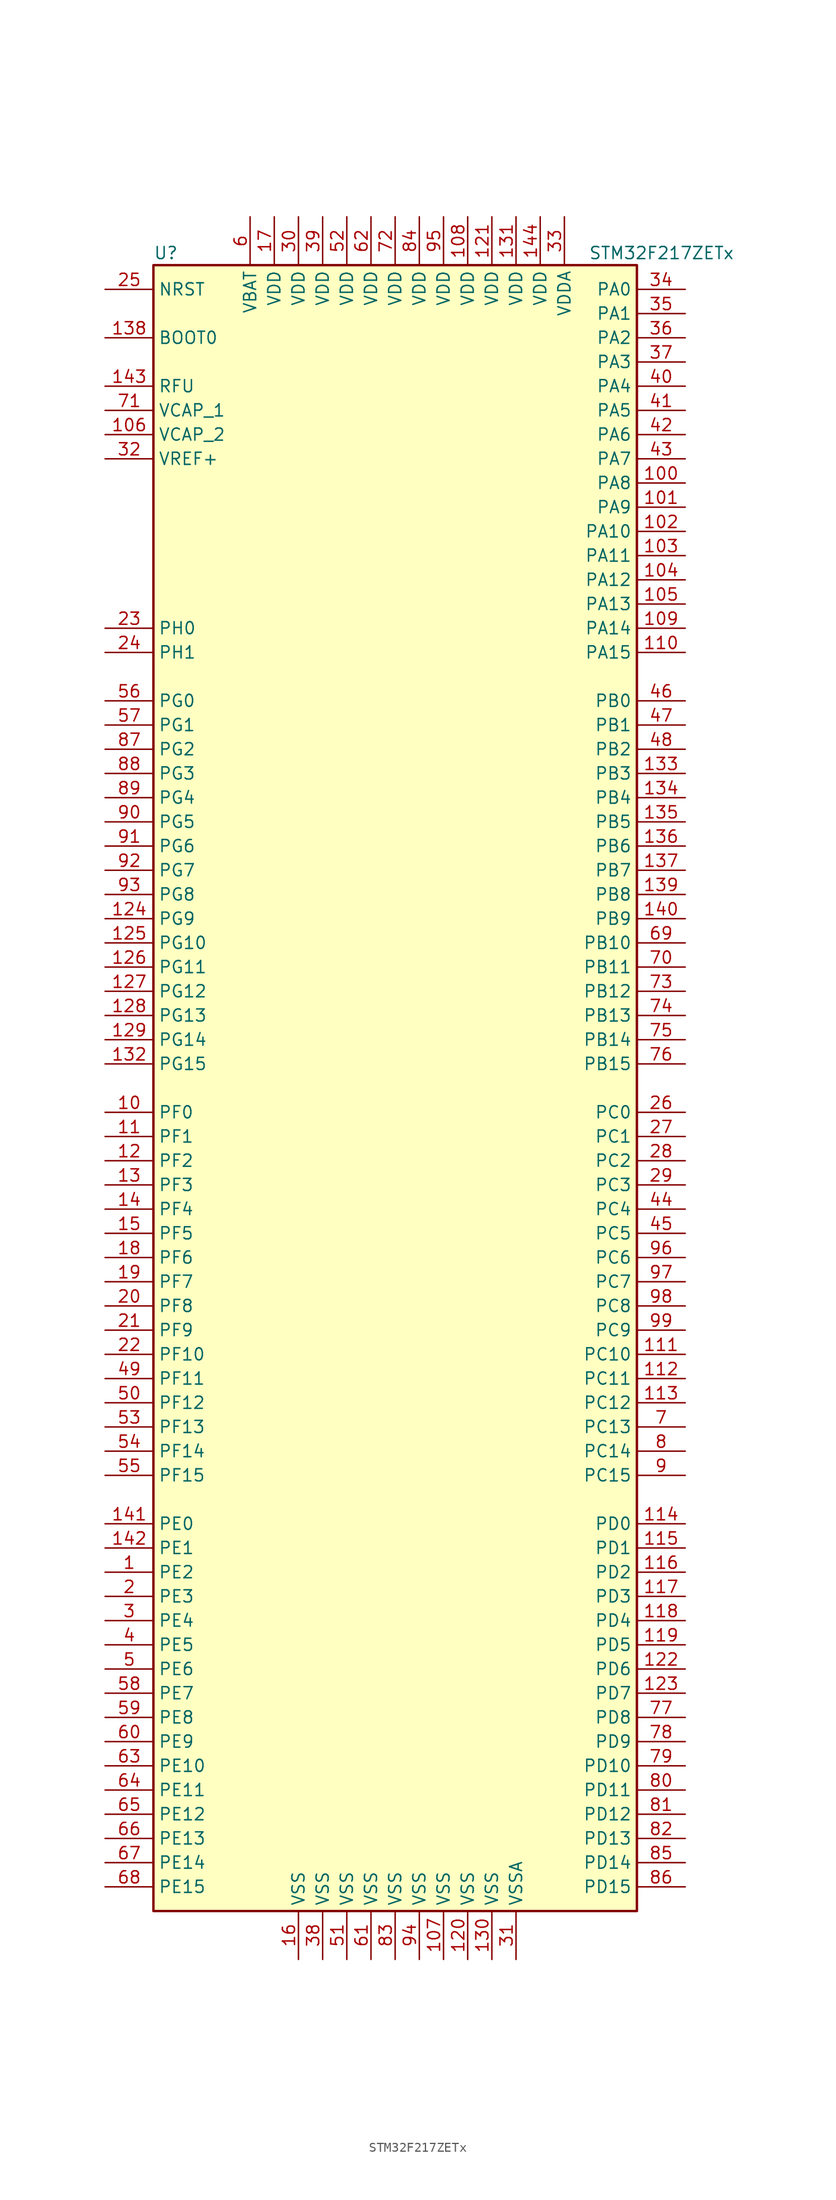
<source format=kicad_sym>
(kicad_symbol_lib
  (version 20201005)
  (generator kicad_symbol_editor)
  (symbol "STM32F217ZETx"
    (property "Reference" "U"
      (at -25.4 87.63 0)
      (effects (font (size 1.27 1.27)) (justify left)))
    (property "Value" "STM32F217ZETx"
      (at 20.32 87.63 0)
      (effects (font (size 1.27 1.27)) (justify left)))
    (symbol "STM32F217ZETx_0_1"
      (rectangle (start -25.4 -86.36) (end 25.4 86.36) (stroke (width 0.254)) (fill (type background))))
    (symbol "STM32F217ZETx_1_1"
      (pin bidirectional line (at -30.48 -50.8 0) (length 5.08) (name "PE2" (effects (font (size 1.27 1.27)))) (number "1" (effects (font (size 1.27 1.27)))))
      (pin bidirectional line (at -30.48 -2.54 0) (length 5.08) (name "PF0" (effects (font (size 1.27 1.27)))) (number "10" (effects (font (size 1.27 1.27)))))
      (pin bidirectional line (at 30.48 63.5 180) (length 5.08) (name "PA8" (effects (font (size 1.27 1.27)))) (number "100" (effects (font (size 1.27 1.27)))))
      (pin bidirectional line (at 30.48 60.96 180) (length 5.08) (name "PA9" (effects (font (size 1.27 1.27)))) (number "101" (effects (font (size 1.27 1.27)))))
      (pin bidirectional line (at 30.48 58.42 180) (length 5.08) (name "PA10" (effects (font (size 1.27 1.27)))) (number "102" (effects (font (size 1.27 1.27)))))
      (pin bidirectional line (at 30.48 55.88 180) (length 5.08) (name "PA11" (effects (font (size 1.27 1.27)))) (number "103" (effects (font (size 1.27 1.27)))))
      (pin bidirectional line (at 30.48 53.34 180) (length 5.08) (name "PA12" (effects (font (size 1.27 1.27)))) (number "104" (effects (font (size 1.27 1.27)))))
      (pin bidirectional line (at 30.48 50.8 180) (length 5.08) (name "PA13" (effects (font (size 1.27 1.27)))) (number "105" (effects (font (size 1.27 1.27)))))
      (pin power_in line (at -30.48 68.58 0) (length 5.08) (name "VCAP_2" (effects (font (size 1.27 1.27)))) (number "106" (effects (font (size 1.27 1.27)))))
      (pin power_in line (at 5.08 -91.44 90) (length 5.08) (name "VSS" (effects (font (size 1.27 1.27)))) (number "107" (effects (font (size 1.27 1.27)))))
      (pin power_in line (at 7.62 91.44 270) (length 5.08) (name "VDD" (effects (font (size 1.27 1.27)))) (number "108" (effects (font (size 1.27 1.27)))))
      (pin bidirectional line (at 30.48 48.26 180) (length 5.08) (name "PA14" (effects (font (size 1.27 1.27)))) (number "109" (effects (font (size 1.27 1.27)))))
      (pin bidirectional line (at -30.48 -5.08 0) (length 5.08) (name "PF1" (effects (font (size 1.27 1.27)))) (number "11" (effects (font (size 1.27 1.27)))))
      (pin bidirectional line (at 30.48 45.72 180) (length 5.08) (name "PA15" (effects (font (size 1.27 1.27)))) (number "110" (effects (font (size 1.27 1.27)))))
      (pin bidirectional line (at 30.48 -27.94 180) (length 5.08) (name "PC10" (effects (font (size 1.27 1.27)))) (number "111" (effects (font (size 1.27 1.27)))))
      (pin bidirectional line (at 30.48 -30.48 180) (length 5.08) (name "PC11" (effects (font (size 1.27 1.27)))) (number "112" (effects (font (size 1.27 1.27)))))
      (pin bidirectional line (at 30.48 -33.02 180) (length 5.08) (name "PC12" (effects (font (size 1.27 1.27)))) (number "113" (effects (font (size 1.27 1.27)))))
      (pin bidirectional line (at 30.48 -45.72 180) (length 5.08) (name "PD0" (effects (font (size 1.27 1.27)))) (number "114" (effects (font (size 1.27 1.27)))))
      (pin bidirectional line (at 30.48 -48.26 180) (length 5.08) (name "PD1" (effects (font (size 1.27 1.27)))) (number "115" (effects (font (size 1.27 1.27)))))
      (pin bidirectional line (at 30.48 -50.8 180) (length 5.08) (name "PD2" (effects (font (size 1.27 1.27)))) (number "116" (effects (font (size 1.27 1.27)))))
      (pin bidirectional line (at 30.48 -53.34 180) (length 5.08) (name "PD3" (effects (font (size 1.27 1.27)))) (number "117" (effects (font (size 1.27 1.27)))))
      (pin bidirectional line (at 30.48 -55.88 180) (length 5.08) (name "PD4" (effects (font (size 1.27 1.27)))) (number "118" (effects (font (size 1.27 1.27)))))
      (pin bidirectional line (at 30.48 -58.42 180) (length 5.08) (name "PD5" (effects (font (size 1.27 1.27)))) (number "119" (effects (font (size 1.27 1.27)))))
      (pin bidirectional line (at -30.48 -7.62 0) (length 5.08) (name "PF2" (effects (font (size 1.27 1.27)))) (number "12" (effects (font (size 1.27 1.27)))))
      (pin power_in line (at 7.62 -91.44 90) (length 5.08) (name "VSS" (effects (font (size 1.27 1.27)))) (number "120" (effects (font (size 1.27 1.27)))))
      (pin power_in line (at 10.16 91.44 270) (length 5.08) (name "VDD" (effects (font (size 1.27 1.27)))) (number "121" (effects (font (size 1.27 1.27)))))
      (pin bidirectional line (at 30.48 -60.96 180) (length 5.08) (name "PD6" (effects (font (size 1.27 1.27)))) (number "122" (effects (font (size 1.27 1.27)))))
      (pin bidirectional line (at 30.48 -63.5 180) (length 5.08) (name "PD7" (effects (font (size 1.27 1.27)))) (number "123" (effects (font (size 1.27 1.27)))))
      (pin bidirectional line (at -30.48 17.78 0) (length 5.08) (name "PG9" (effects (font (size 1.27 1.27)))) (number "124" (effects (font (size 1.27 1.27)))))
      (pin bidirectional line (at -30.48 15.24 0) (length 5.08) (name "PG10" (effects (font (size 1.27 1.27)))) (number "125" (effects (font (size 1.27 1.27)))))
      (pin bidirectional line (at -30.48 12.7 0) (length 5.08) (name "PG11" (effects (font (size 1.27 1.27)))) (number "126" (effects (font (size 1.27 1.27)))))
      (pin bidirectional line (at -30.48 10.16 0) (length 5.08) (name "PG12" (effects (font (size 1.27 1.27)))) (number "127" (effects (font (size 1.27 1.27)))))
      (pin bidirectional line (at -30.48 7.62 0) (length 5.08) (name "PG13" (effects (font (size 1.27 1.27)))) (number "128" (effects (font (size 1.27 1.27)))))
      (pin bidirectional line (at -30.48 5.08 0) (length 5.08) (name "PG14" (effects (font (size 1.27 1.27)))) (number "129" (effects (font (size 1.27 1.27)))))
      (pin bidirectional line (at -30.48 -10.16 0) (length 5.08) (name "PF3" (effects (font (size 1.27 1.27)))) (number "13" (effects (font (size 1.27 1.27)))))
      (pin power_in line (at 10.16 -91.44 90) (length 5.08) (name "VSS" (effects (font (size 1.27 1.27)))) (number "130" (effects (font (size 1.27 1.27)))))
      (pin power_in line (at 12.7 91.44 270) (length 5.08) (name "VDD" (effects (font (size 1.27 1.27)))) (number "131" (effects (font (size 1.27 1.27)))))
      (pin bidirectional line (at -30.48 2.54 0) (length 5.08) (name "PG15" (effects (font (size 1.27 1.27)))) (number "132" (effects (font (size 1.27 1.27)))))
      (pin bidirectional line (at 30.48 33.02 180) (length 5.08) (name "PB3" (effects (font (size 1.27 1.27)))) (number "133" (effects (font (size 1.27 1.27)))))
      (pin bidirectional line (at 30.48 30.48 180) (length 5.08) (name "PB4" (effects (font (size 1.27 1.27)))) (number "134" (effects (font (size 1.27 1.27)))))
      (pin bidirectional line (at 30.48 27.94 180) (length 5.08) (name "PB5" (effects (font (size 1.27 1.27)))) (number "135" (effects (font (size 1.27 1.27)))))
      (pin bidirectional line (at 30.48 25.4 180) (length 5.08) (name "PB6" (effects (font (size 1.27 1.27)))) (number "136" (effects (font (size 1.27 1.27)))))
      (pin bidirectional line (at 30.48 22.86 180) (length 5.08) (name "PB7" (effects (font (size 1.27 1.27)))) (number "137" (effects (font (size 1.27 1.27)))))
      (pin input line (at -30.48 78.74 0) (length 5.08) (name "BOOT0" (effects (font (size 1.27 1.27)))) (number "138" (effects (font (size 1.27 1.27)))))
      (pin bidirectional line (at 30.48 20.32 180) (length 5.08) (name "PB8" (effects (font (size 1.27 1.27)))) (number "139" (effects (font (size 1.27 1.27)))))
      (pin bidirectional line (at -30.48 -12.7 0) (length 5.08) (name "PF4" (effects (font (size 1.27 1.27)))) (number "14" (effects (font (size 1.27 1.27)))))
      (pin bidirectional line (at 30.48 17.78 180) (length 5.08) (name "PB9" (effects (font (size 1.27 1.27)))) (number "140" (effects (font (size 1.27 1.27)))))
      (pin bidirectional line (at -30.48 -45.72 0) (length 5.08) (name "PE0" (effects (font (size 1.27 1.27)))) (number "141" (effects (font (size 1.27 1.27)))))
      (pin bidirectional line (at -30.48 -48.26 0) (length 5.08) (name "PE1" (effects (font (size 1.27 1.27)))) (number "142" (effects (font (size 1.27 1.27)))))
      (pin power_in line (at -30.48 73.66 0) (length 5.08) (name "RFU" (effects (font (size 1.27 1.27)))) (number "143" (effects (font (size 1.27 1.27)))))
      (pin power_in line (at 15.24 91.44 270) (length 5.08) (name "VDD" (effects (font (size 1.27 1.27)))) (number "144" (effects (font (size 1.27 1.27)))))
      (pin bidirectional line (at -30.48 -15.24 0) (length 5.08) (name "PF5" (effects (font (size 1.27 1.27)))) (number "15" (effects (font (size 1.27 1.27)))))
      (pin power_in line (at -10.16 -91.44 90) (length 5.08) (name "VSS" (effects (font (size 1.27 1.27)))) (number "16" (effects (font (size 1.27 1.27)))))
      (pin power_in line (at -12.7 91.44 270) (length 5.08) (name "VDD" (effects (font (size 1.27 1.27)))) (number "17" (effects (font (size 1.27 1.27)))))
      (pin bidirectional line (at -30.48 -17.78 0) (length 5.08) (name "PF6" (effects (font (size 1.27 1.27)))) (number "18" (effects (font (size 1.27 1.27)))))
      (pin bidirectional line (at -30.48 -20.32 0) (length 5.08) (name "PF7" (effects (font (size 1.27 1.27)))) (number "19" (effects (font (size 1.27 1.27)))))
      (pin bidirectional line (at -30.48 -53.34 0) (length 5.08) (name "PE3" (effects (font (size 1.27 1.27)))) (number "2" (effects (font (size 1.27 1.27)))))
      (pin bidirectional line (at -30.48 -22.86 0) (length 5.08) (name "PF8" (effects (font (size 1.27 1.27)))) (number "20" (effects (font (size 1.27 1.27)))))
      (pin bidirectional line (at -30.48 -25.4 0) (length 5.08) (name "PF9" (effects (font (size 1.27 1.27)))) (number "21" (effects (font (size 1.27 1.27)))))
      (pin bidirectional line (at -30.48 -27.94 0) (length 5.08) (name "PF10" (effects (font (size 1.27 1.27)))) (number "22" (effects (font (size 1.27 1.27)))))
      (pin input line (at -30.48 48.26 0) (length 5.08) (name "PH0" (effects (font (size 1.27 1.27)))) (number "23" (effects (font (size 1.27 1.27)))))
      (pin input line (at -30.48 45.72 0) (length 5.08) (name "PH1" (effects (font (size 1.27 1.27)))) (number "24" (effects (font (size 1.27 1.27)))))
      (pin input line (at -30.48 83.82 0) (length 5.08) (name "NRST" (effects (font (size 1.27 1.27)))) (number "25" (effects (font (size 1.27 1.27)))))
      (pin bidirectional line (at 30.48 -2.54 180) (length 5.08) (name "PC0" (effects (font (size 1.27 1.27)))) (number "26" (effects (font (size 1.27 1.27)))))
      (pin bidirectional line (at 30.48 -5.08 180) (length 5.08) (name "PC1" (effects (font (size 1.27 1.27)))) (number "27" (effects (font (size 1.27 1.27)))))
      (pin bidirectional line (at 30.48 -7.62 180) (length 5.08) (name "PC2" (effects (font (size 1.27 1.27)))) (number "28" (effects (font (size 1.27 1.27)))))
      (pin bidirectional line (at 30.48 -10.16 180) (length 5.08) (name "PC3" (effects (font (size 1.27 1.27)))) (number "29" (effects (font (size 1.27 1.27)))))
      (pin bidirectional line (at -30.48 -55.88 0) (length 5.08) (name "PE4" (effects (font (size 1.27 1.27)))) (number "3" (effects (font (size 1.27 1.27)))))
      (pin power_in line (at -10.16 91.44 270) (length 5.08) (name "VDD" (effects (font (size 1.27 1.27)))) (number "30" (effects (font (size 1.27 1.27)))))
      (pin power_in line (at 12.7 -91.44 90) (length 5.08) (name "VSSA" (effects (font (size 1.27 1.27)))) (number "31" (effects (font (size 1.27 1.27)))))
      (pin power_in line (at -30.48 66.04 0) (length 5.08) (name "VREF+" (effects (font (size 1.27 1.27)))) (number "32" (effects (font (size 1.27 1.27)))))
      (pin power_in line (at 17.78 91.44 270) (length 5.08) (name "VDDA" (effects (font (size 1.27 1.27)))) (number "33" (effects (font (size 1.27 1.27)))))
      (pin bidirectional line (at 30.48 83.82 180) (length 5.08) (name "PA0" (effects (font (size 1.27 1.27)))) (number "34" (effects (font (size 1.27 1.27)))))
      (pin bidirectional line (at 30.48 81.28 180) (length 5.08) (name "PA1" (effects (font (size 1.27 1.27)))) (number "35" (effects (font (size 1.27 1.27)))))
      (pin bidirectional line (at 30.48 78.74 180) (length 5.08) (name "PA2" (effects (font (size 1.27 1.27)))) (number "36" (effects (font (size 1.27 1.27)))))
      (pin bidirectional line (at 30.48 76.2 180) (length 5.08) (name "PA3" (effects (font (size 1.27 1.27)))) (number "37" (effects (font (size 1.27 1.27)))))
      (pin power_in line (at -7.62 -91.44 90) (length 5.08) (name "VSS" (effects (font (size 1.27 1.27)))) (number "38" (effects (font (size 1.27 1.27)))))
      (pin power_in line (at -7.62 91.44 270) (length 5.08) (name "VDD" (effects (font (size 1.27 1.27)))) (number "39" (effects (font (size 1.27 1.27)))))
      (pin bidirectional line (at -30.48 -58.42 0) (length 5.08) (name "PE5" (effects (font (size 1.27 1.27)))) (number "4" (effects (font (size 1.27 1.27)))))
      (pin bidirectional line (at 30.48 73.66 180) (length 5.08) (name "PA4" (effects (font (size 1.27 1.27)))) (number "40" (effects (font (size 1.27 1.27)))))
      (pin bidirectional line (at 30.48 71.12 180) (length 5.08) (name "PA5" (effects (font (size 1.27 1.27)))) (number "41" (effects (font (size 1.27 1.27)))))
      (pin bidirectional line (at 30.48 68.58 180) (length 5.08) (name "PA6" (effects (font (size 1.27 1.27)))) (number "42" (effects (font (size 1.27 1.27)))))
      (pin bidirectional line (at 30.48 66.04 180) (length 5.08) (name "PA7" (effects (font (size 1.27 1.27)))) (number "43" (effects (font (size 1.27 1.27)))))
      (pin bidirectional line (at 30.48 -12.7 180) (length 5.08) (name "PC4" (effects (font (size 1.27 1.27)))) (number "44" (effects (font (size 1.27 1.27)))))
      (pin bidirectional line (at 30.48 -15.24 180) (length 5.08) (name "PC5" (effects (font (size 1.27 1.27)))) (number "45" (effects (font (size 1.27 1.27)))))
      (pin bidirectional line (at 30.48 40.64 180) (length 5.08) (name "PB0" (effects (font (size 1.27 1.27)))) (number "46" (effects (font (size 1.27 1.27)))))
      (pin bidirectional line (at 30.48 38.1 180) (length 5.08) (name "PB1" (effects (font (size 1.27 1.27)))) (number "47" (effects (font (size 1.27 1.27)))))
      (pin bidirectional line (at 30.48 35.56 180) (length 5.08) (name "PB2" (effects (font (size 1.27 1.27)))) (number "48" (effects (font (size 1.27 1.27)))))
      (pin bidirectional line (at -30.48 -30.48 0) (length 5.08) (name "PF11" (effects (font (size 1.27 1.27)))) (number "49" (effects (font (size 1.27 1.27)))))
      (pin bidirectional line (at -30.48 -60.96 0) (length 5.08) (name "PE6" (effects (font (size 1.27 1.27)))) (number "5" (effects (font (size 1.27 1.27)))))
      (pin bidirectional line (at -30.48 -33.02 0) (length 5.08) (name "PF12" (effects (font (size 1.27 1.27)))) (number "50" (effects (font (size 1.27 1.27)))))
      (pin power_in line (at -5.08 -91.44 90) (length 5.08) (name "VSS" (effects (font (size 1.27 1.27)))) (number "51" (effects (font (size 1.27 1.27)))))
      (pin power_in line (at -5.08 91.44 270) (length 5.08) (name "VDD" (effects (font (size 1.27 1.27)))) (number "52" (effects (font (size 1.27 1.27)))))
      (pin bidirectional line (at -30.48 -35.56 0) (length 5.08) (name "PF13" (effects (font (size 1.27 1.27)))) (number "53" (effects (font (size 1.27 1.27)))))
      (pin bidirectional line (at -30.48 -38.1 0) (length 5.08) (name "PF14" (effects (font (size 1.27 1.27)))) (number "54" (effects (font (size 1.27 1.27)))))
      (pin bidirectional line (at -30.48 -40.64 0) (length 5.08) (name "PF15" (effects (font (size 1.27 1.27)))) (number "55" (effects (font (size 1.27 1.27)))))
      (pin bidirectional line (at -30.48 40.64 0) (length 5.08) (name "PG0" (effects (font (size 1.27 1.27)))) (number "56" (effects (font (size 1.27 1.27)))))
      (pin bidirectional line (at -30.48 38.1 0) (length 5.08) (name "PG1" (effects (font (size 1.27 1.27)))) (number "57" (effects (font (size 1.27 1.27)))))
      (pin bidirectional line (at -30.48 -63.5 0) (length 5.08) (name "PE7" (effects (font (size 1.27 1.27)))) (number "58" (effects (font (size 1.27 1.27)))))
      (pin bidirectional line (at -30.48 -66.04 0) (length 5.08) (name "PE8" (effects (font (size 1.27 1.27)))) (number "59" (effects (font (size 1.27 1.27)))))
      (pin power_in line (at -15.24 91.44 270) (length 5.08) (name "VBAT" (effects (font (size 1.27 1.27)))) (number "6" (effects (font (size 1.27 1.27)))))
      (pin bidirectional line (at -30.48 -68.58 0) (length 5.08) (name "PE9" (effects (font (size 1.27 1.27)))) (number "60" (effects (font (size 1.27 1.27)))))
      (pin power_in line (at -2.54 -91.44 90) (length 5.08) (name "VSS" (effects (font (size 1.27 1.27)))) (number "61" (effects (font (size 1.27 1.27)))))
      (pin power_in line (at -2.54 91.44 270) (length 5.08) (name "VDD" (effects (font (size 1.27 1.27)))) (number "62" (effects (font (size 1.27 1.27)))))
      (pin bidirectional line (at -30.48 -71.12 0) (length 5.08) (name "PE10" (effects (font (size 1.27 1.27)))) (number "63" (effects (font (size 1.27 1.27)))))
      (pin bidirectional line (at -30.48 -73.66 0) (length 5.08) (name "PE11" (effects (font (size 1.27 1.27)))) (number "64" (effects (font (size 1.27 1.27)))))
      (pin bidirectional line (at -30.48 -76.2 0) (length 5.08) (name "PE12" (effects (font (size 1.27 1.27)))) (number "65" (effects (font (size 1.27 1.27)))))
      (pin bidirectional line (at -30.48 -78.74 0) (length 5.08) (name "PE13" (effects (font (size 1.27 1.27)))) (number "66" (effects (font (size 1.27 1.27)))))
      (pin bidirectional line (at -30.48 -81.28 0) (length 5.08) (name "PE14" (effects (font (size 1.27 1.27)))) (number "67" (effects (font (size 1.27 1.27)))))
      (pin bidirectional line (at -30.48 -83.82 0) (length 5.08) (name "PE15" (effects (font (size 1.27 1.27)))) (number "68" (effects (font (size 1.27 1.27)))))
      (pin bidirectional line (at 30.48 15.24 180) (length 5.08) (name "PB10" (effects (font (size 1.27 1.27)))) (number "69" (effects (font (size 1.27 1.27)))))
      (pin bidirectional line (at 30.48 -35.56 180) (length 5.08) (name "PC13" (effects (font (size 1.27 1.27)))) (number "7" (effects (font (size 1.27 1.27)))))
      (pin bidirectional line (at 30.48 12.7 180) (length 5.08) (name "PB11" (effects (font (size 1.27 1.27)))) (number "70" (effects (font (size 1.27 1.27)))))
      (pin power_in line (at -30.48 71.12 0) (length 5.08) (name "VCAP_1" (effects (font (size 1.27 1.27)))) (number "71" (effects (font (size 1.27 1.27)))))
      (pin power_in line (at 0 91.44 270) (length 5.08) (name "VDD" (effects (font (size 1.27 1.27)))) (number "72" (effects (font (size 1.27 1.27)))))
      (pin bidirectional line (at 30.48 10.16 180) (length 5.08) (name "PB12" (effects (font (size 1.27 1.27)))) (number "73" (effects (font (size 1.27 1.27)))))
      (pin bidirectional line (at 30.48 7.62 180) (length 5.08) (name "PB13" (effects (font (size 1.27 1.27)))) (number "74" (effects (font (size 1.27 1.27)))))
      (pin bidirectional line (at 30.48 5.08 180) (length 5.08) (name "PB14" (effects (font (size 1.27 1.27)))) (number "75" (effects (font (size 1.27 1.27)))))
      (pin bidirectional line (at 30.48 2.54 180) (length 5.08) (name "PB15" (effects (font (size 1.27 1.27)))) (number "76" (effects (font (size 1.27 1.27)))))
      (pin bidirectional line (at 30.48 -66.04 180) (length 5.08) (name "PD8" (effects (font (size 1.27 1.27)))) (number "77" (effects (font (size 1.27 1.27)))))
      (pin bidirectional line (at 30.48 -68.58 180) (length 5.08) (name "PD9" (effects (font (size 1.27 1.27)))) (number "78" (effects (font (size 1.27 1.27)))))
      (pin bidirectional line (at 30.48 -71.12 180) (length 5.08) (name "PD10" (effects (font (size 1.27 1.27)))) (number "79" (effects (font (size 1.27 1.27)))))
      (pin bidirectional line (at 30.48 -38.1 180) (length 5.08) (name "PC14" (effects (font (size 1.27 1.27)))) (number "8" (effects (font (size 1.27 1.27)))))
      (pin bidirectional line (at 30.48 -73.66 180) (length 5.08) (name "PD11" (effects (font (size 1.27 1.27)))) (number "80" (effects (font (size 1.27 1.27)))))
      (pin bidirectional line (at 30.48 -76.2 180) (length 5.08) (name "PD12" (effects (font (size 1.27 1.27)))) (number "81" (effects (font (size 1.27 1.27)))))
      (pin bidirectional line (at 30.48 -78.74 180) (length 5.08) (name "PD13" (effects (font (size 1.27 1.27)))) (number "82" (effects (font (size 1.27 1.27)))))
      (pin power_in line (at 0 -91.44 90) (length 5.08) (name "VSS" (effects (font (size 1.27 1.27)))) (number "83" (effects (font (size 1.27 1.27)))))
      (pin power_in line (at 2.54 91.44 270) (length 5.08) (name "VDD" (effects (font (size 1.27 1.27)))) (number "84" (effects (font (size 1.27 1.27)))))
      (pin bidirectional line (at 30.48 -81.28 180) (length 5.08) (name "PD14" (effects (font (size 1.27 1.27)))) (number "85" (effects (font (size 1.27 1.27)))))
      (pin bidirectional line (at 30.48 -83.82 180) (length 5.08) (name "PD15" (effects (font (size 1.27 1.27)))) (number "86" (effects (font (size 1.27 1.27)))))
      (pin bidirectional line (at -30.48 35.56 0) (length 5.08) (name "PG2" (effects (font (size 1.27 1.27)))) (number "87" (effects (font (size 1.27 1.27)))))
      (pin bidirectional line (at -30.48 33.02 0) (length 5.08) (name "PG3" (effects (font (size 1.27 1.27)))) (number "88" (effects (font (size 1.27 1.27)))))
      (pin bidirectional line (at -30.48 30.48 0) (length 5.08) (name "PG4" (effects (font (size 1.27 1.27)))) (number "89" (effects (font (size 1.27 1.27)))))
      (pin bidirectional line (at 30.48 -40.64 180) (length 5.08) (name "PC15" (effects (font (size 1.27 1.27)))) (number "9" (effects (font (size 1.27 1.27)))))
      (pin bidirectional line (at -30.48 27.94 0) (length 5.08) (name "PG5" (effects (font (size 1.27 1.27)))) (number "90" (effects (font (size 1.27 1.27)))))
      (pin bidirectional line (at -30.48 25.4 0) (length 5.08) (name "PG6" (effects (font (size 1.27 1.27)))) (number "91" (effects (font (size 1.27 1.27)))))
      (pin bidirectional line (at -30.48 22.86 0) (length 5.08) (name "PG7" (effects (font (size 1.27 1.27)))) (number "92" (effects (font (size 1.27 1.27)))))
      (pin bidirectional line (at -30.48 20.32 0) (length 5.08) (name "PG8" (effects (font (size 1.27 1.27)))) (number "93" (effects (font (size 1.27 1.27)))))
      (pin power_in line (at 2.54 -91.44 90) (length 5.08) (name "VSS" (effects (font (size 1.27 1.27)))) (number "94" (effects (font (size 1.27 1.27)))))
      (pin power_in line (at 5.08 91.44 270) (length 5.08) (name "VDD" (effects (font (size 1.27 1.27)))) (number "95" (effects (font (size 1.27 1.27)))))
      (pin bidirectional line (at 30.48 -17.78 180) (length 5.08) (name "PC6" (effects (font (size 1.27 1.27)))) (number "96" (effects (font (size 1.27 1.27)))))
      (pin bidirectional line (at 30.48 -20.32 180) (length 5.08) (name "PC7" (effects (font (size 1.27 1.27)))) (number "97" (effects (font (size 1.27 1.27)))))
      (pin bidirectional line (at 30.48 -22.86 180) (length 5.08) (name "PC8" (effects (font (size 1.27 1.27)))) (number "98" (effects (font (size 1.27 1.27)))))
      (pin bidirectional line (at 30.48 -25.4 180) (length 5.08) (name "PC9" (effects (font (size 1.27 1.27)))) (number "99" (effects (font (size 1.27 1.27))))))))
</source>
